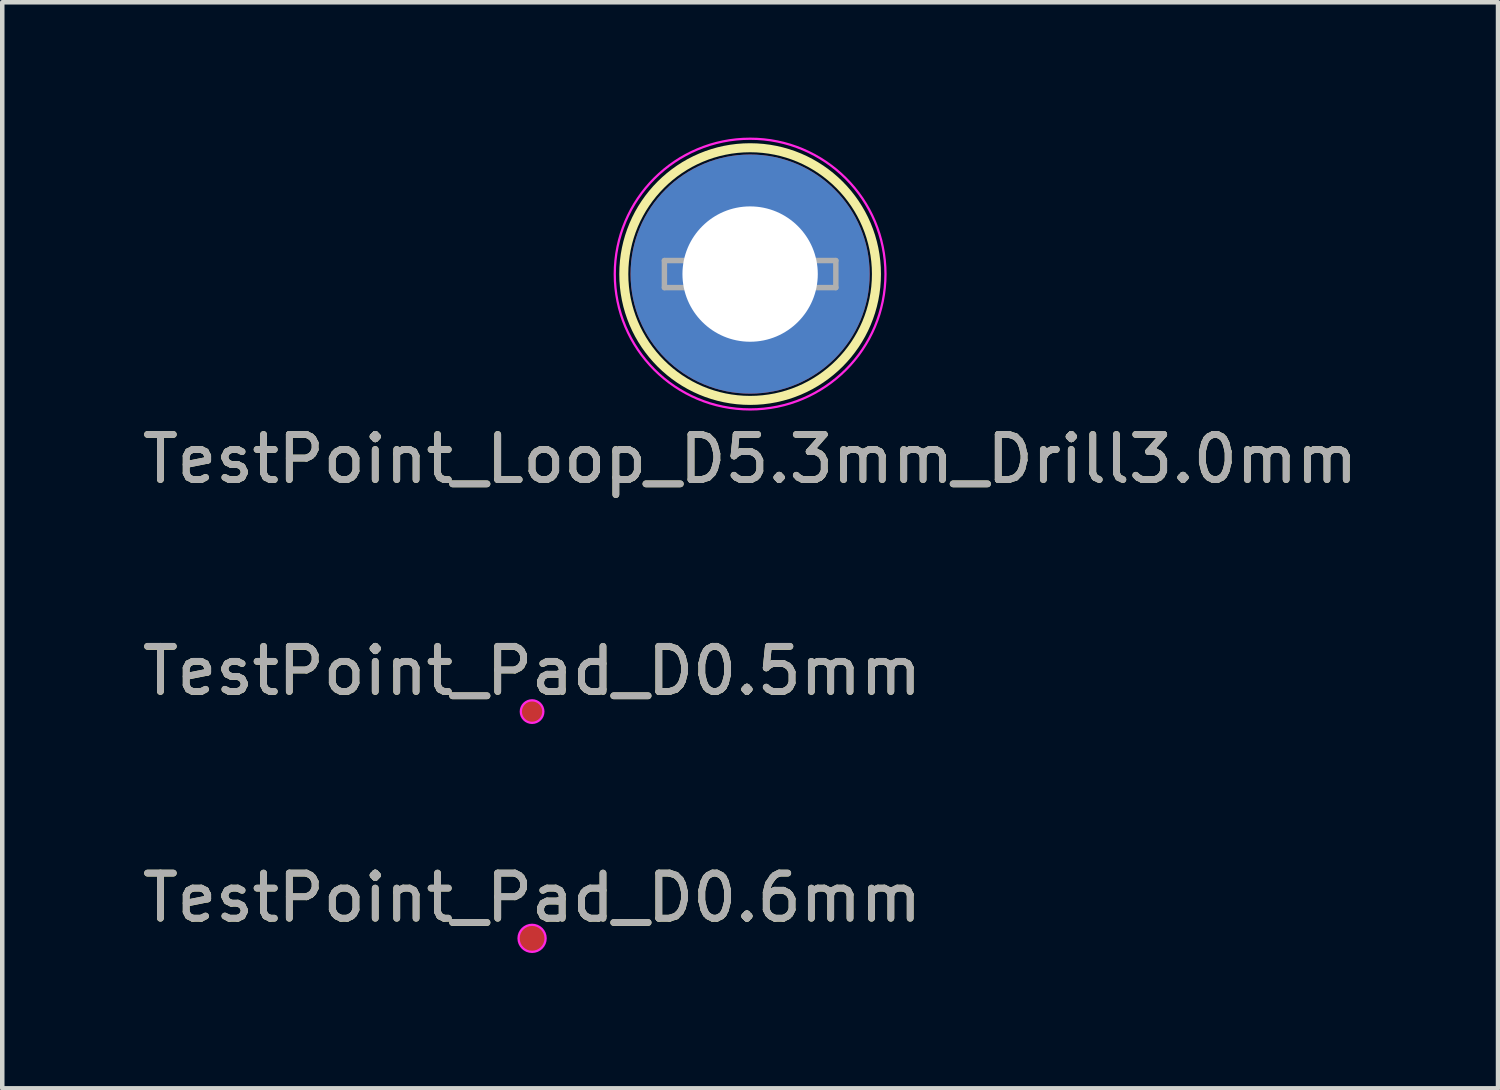
<source format=kicad_pcb>
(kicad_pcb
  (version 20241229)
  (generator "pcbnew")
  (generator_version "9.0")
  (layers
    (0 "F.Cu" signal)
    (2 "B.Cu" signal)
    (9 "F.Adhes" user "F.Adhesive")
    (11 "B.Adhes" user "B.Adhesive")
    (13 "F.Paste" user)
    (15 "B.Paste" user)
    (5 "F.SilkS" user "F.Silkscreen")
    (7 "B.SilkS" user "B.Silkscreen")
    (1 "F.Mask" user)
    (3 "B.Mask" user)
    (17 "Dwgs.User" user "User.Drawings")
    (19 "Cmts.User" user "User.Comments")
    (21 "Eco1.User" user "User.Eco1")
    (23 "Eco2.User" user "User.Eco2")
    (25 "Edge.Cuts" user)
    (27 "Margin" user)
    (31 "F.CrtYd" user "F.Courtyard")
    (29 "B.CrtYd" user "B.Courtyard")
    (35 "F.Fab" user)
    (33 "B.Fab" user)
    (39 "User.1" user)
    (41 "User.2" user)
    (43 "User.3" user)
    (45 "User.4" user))
  (footprint "TestPoint_Pad_D0.6mm"
    (layer "F.Cu")
    (at 8.744 17.749)
    (property "Reference" "TestPoint_Pad_D0.6mm" (at 0 -0.9 0) (layer "F.SilkS") (effects (font (size 1 1) (thickness 0.15))))
    (attr exclude_from_pos_files exclude_from_bom)
    (fp_circle (center 0 0) (end 0.3 0) (stroke (width 0.05) (type solid)) (fill no) (layer "F.CrtYd"))
    (fp_text user "${REFERENCE}" (at 0 -0.902 0) (layer "F.Fab") (effects (font (size 1 1) (thickness 0.15))))
    (pad "1" smd circle (at 0 0) (size 0.6 0.6) (layers "F.Cu" "F.Mask")))
  (footprint "TestPoint_Pad_D0.5mm"
    (layer "F.Cu")
    (at 8.744 12.723)
    (property "Reference" "TestPoint_Pad_D0.5mm" (at 0 -0.9 0) (layer "F.SilkS") (effects (font (size 1 1) (thickness 0.15))))
    (attr exclude_from_pos_files exclude_from_bom)
    (fp_circle (center 0 0) (end 0.25 0) (stroke (width 0.05) (type solid)) (fill no) (layer "F.CrtYd"))
    (fp_text user "${REFERENCE}" (at 0 -0.902 0) (layer "F.Fab") (effects (font (size 1 1) (thickness 0.15))))
    (pad "1" smd circle (at 0 0) (size 0.5 0.5) (layers "F.Cu" "F.Mask")))
  (footprint "TestPoint_Loop_D5.3mm_Drill3.0mm"
    (layer "F.Cu")
    (at 13.577 3.025)
    (property "Reference" "TestPoint_Loop_D5.3mm_Drill3.0mm" (at 0 4.1 0) (layer "F.SilkS") (effects (font (size 1 1) (thickness 0.15))))
    (attr through_hole)
    (fp_circle (center 0 0) (end 2.8 0) (stroke (width 0.2) (type solid)) (fill no) (layer "F.SilkS"))
    (fp_circle (center 0 0) (end 3 0) (stroke (width 0.05) (type solid)) (fill no) (layer "F.CrtYd"))
    (fp_line (start -1.9 -0.3) (end -1.9 0.3) (stroke (width 0.12) (type solid)) (layer "F.Fab"))
    (fp_line (start -1.9 0.3) (end 1.9 0.3) (stroke (width 0.12) (type solid)) (layer "F.Fab"))
    (fp_line (start 1.9 -0.3) (end -1.9 -0.3) (stroke (width 0.12) (type solid)) (layer "F.Fab"))
    (fp_line (start 1.9 0.3) (end 1.9 -0.3) (stroke (width 0.12) (type solid)) (layer "F.Fab"))
    (fp_text user "${REFERENCE}" (at 0 4.1 0) (layer "F.Fab") (effects (font (size 1 1) (thickness 0.15))))
    (pad "1" thru_hole oval (at 0 0) (size 5.3 5.3) (drill 3) (layers "*.Cu" "*.Mask")))
  (gr_rect
    (start -3 -3)
    (end 30.155 21.074)
    (stroke (width 0.1) (type default))
    (fill no)
    (layer "Edge.Cuts")))
</source>
